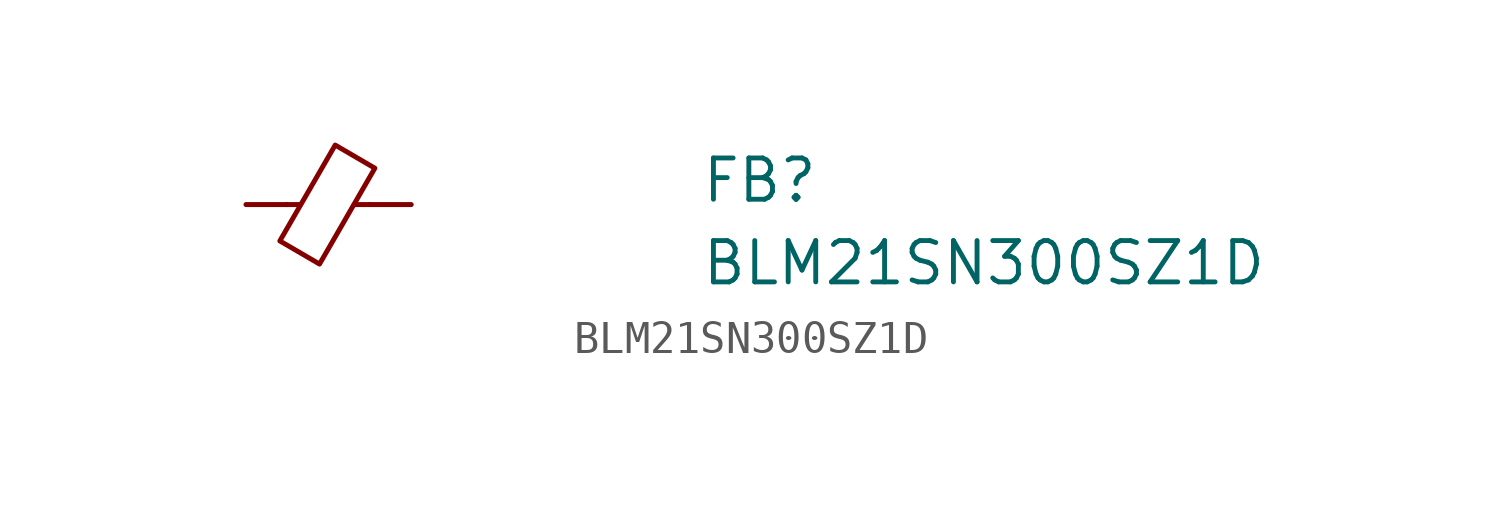
<source format=kicad_sym>
(kicad_symbol_lib
  (version 20211014)
  (generator kicad_symbol_editor)
  (symbol "BLM21SN300SZ1D"
    (pin_numbers hide)
    (pin_names hide)
    (property "Reference" "FB"
      (at 13.97 0 0)
      (effects (font (size 1.27 1.27) (thickness 0.15)) (justify left bottom)))
    (property "Value" "BLM21SN300SZ1D"
      (at 13.97 -2.54 0)
      (effects (font (size 1.27 1.27) (thickness 0.15)) (justify left bottom)))
    (symbol "BLM21SN300SZ1D_0_1"
      (polyline (pts (xy 1.651 0) (xy 1.245 0)) (stroke (width 0) (type default) (color 0 0 0 0)) (fill (type none)))
      (polyline (pts (xy 3.81 0) (xy 3.327 0)) (stroke (width 0) (type default) (color 0 0 0 0)) (fill (type none)))
      (polyline (pts (xy 2.261 -1.829) (xy 1.041 -1.118) (xy 2.743 1.829) (xy 3.962 1.118) (xy 2.261 -1.829)) (stroke (width 0) (type default) (color 0 0 0 0)) (fill (type none))))
    (symbol "BLM21SN300SZ1D_1_1"
      (pin passive line (at 0 0 0) (length 1.27) (name "~" (effects (font (size 1.27 1.27)))) (number "1" (effects (font (size 1.27 1.27)))))
      (pin passive line (at 5.08 0 180) (length 1.27) (name "~" (effects (font (size 1.27 1.27)))) (number "2" (effects (font (size 1.27 1.27))))))))
</source>
